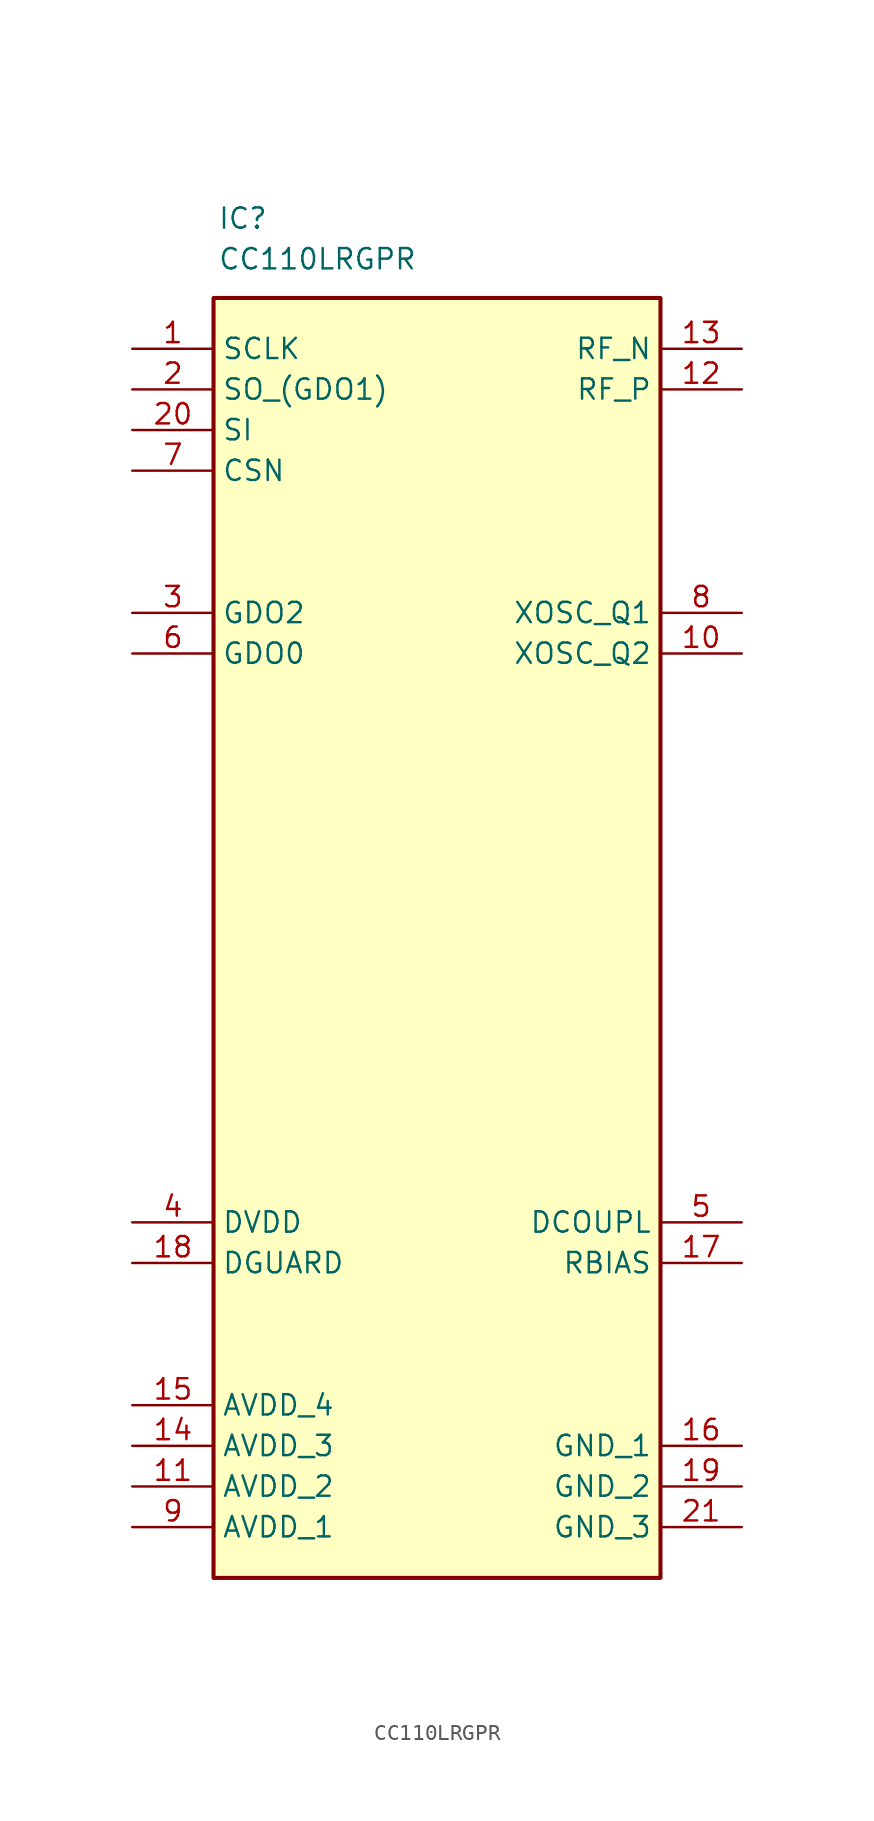
<source format=kicad_sym>
(kicad_symbol_lib
  (version 20241209)
  (generator "kicad_symbol_editor")
  (generator_version "9.0")
  (symbol "CC110LRGPR"
    (property "Reference" "IC"
      (at -13.716 22.86 0)
      (effects (font (size 1.27 1.27)) (justify left top)))
    (property "Value" "CC110LRGPR"
      (at -13.716 20.32 0)
      (effects (font (size 1.27 1.27)) (justify left top)))
    (symbol "CC110LRGPR_1_1"
      (rectangle (start -13.97 17.145) (end 13.97 -62.865) (stroke (width 0.254) (type default)) (fill (type background)))
      (pin passive line (at -19.05 13.97 0) (length 5.08) (name "SCLK" (effects (font (size 1.27 1.27)))) (number "1" (effects (font (size 1.27 1.27)))))
      (pin passive line (at -19.05 11.43 0) (length 5.08) (name "SO_(GDO1)" (effects (font (size 1.27 1.27)))) (number "2" (effects (font (size 1.27 1.27)))))
      (pin passive line (at -19.05 8.89 0) (length 5.08) (name "SI" (effects (font (size 1.27 1.27)))) (number "20" (effects (font (size 1.27 1.27)))))
      (pin passive line (at -19.05 6.35 0) (length 5.08) (name "CSN" (effects (font (size 1.27 1.27)))) (number "7" (effects (font (size 1.27 1.27)))))
      (pin passive line (at -19.05 -2.54 0) (length 5.08) (name "GDO2" (effects (font (size 1.27 1.27)))) (number "3" (effects (font (size 1.27 1.27)))))
      (pin passive line (at -19.05 -5.08 0) (length 5.08) (name "GDO0" (effects (font (size 1.27 1.27)))) (number "6" (effects (font (size 1.27 1.27)))))
      (pin passive line (at -19.05 -40.64 0) (length 5.08) (name "DVDD" (effects (font (size 1.27 1.27)))) (number "4" (effects (font (size 1.27 1.27)))))
      (pin passive line (at -19.05 -43.18 0) (length 5.08) (name "DGUARD" (effects (font (size 1.27 1.27)))) (number "18" (effects (font (size 1.27 1.27)))))
      (pin passive line (at -19.05 -52.07 0) (length 5.08) (name "AVDD_4" (effects (font (size 1.27 1.27)))) (number "15" (effects (font (size 1.27 1.27)))))
      (pin passive line (at -19.05 -54.61 0) (length 5.08) (name "AVDD_3" (effects (font (size 1.27 1.27)))) (number "14" (effects (font (size 1.27 1.27)))))
      (pin passive line (at -19.05 -57.15 0) (length 5.08) (name "AVDD_2" (effects (font (size 1.27 1.27)))) (number "11" (effects (font (size 1.27 1.27)))))
      (pin passive line (at -19.05 -59.69 0) (length 5.08) (name "AVDD_1" (effects (font (size 1.27 1.27)))) (number "9" (effects (font (size 1.27 1.27)))))
      (pin passive line (at 19.05 13.97 180) (length 5.08) (name "RF_N" (effects (font (size 1.27 1.27)))) (number "13" (effects (font (size 1.27 1.27)))))
      (pin passive line (at 19.05 11.43 180) (length 5.08) (name "RF_P" (effects (font (size 1.27 1.27)))) (number "12" (effects (font (size 1.27 1.27)))))
      (pin passive line (at 19.05 -2.54 180) (length 5.08) (name "XOSC_Q1" (effects (font (size 1.27 1.27)))) (number "8" (effects (font (size 1.27 1.27)))))
      (pin passive line (at 19.05 -5.08 180) (length 5.08) (name "XOSC_Q2" (effects (font (size 1.27 1.27)))) (number "10" (effects (font (size 1.27 1.27)))))
      (pin passive line (at 19.05 -40.64 180) (length 5.08) (name "DCOUPL" (effects (font (size 1.27 1.27)))) (number "5" (effects (font (size 1.27 1.27)))))
      (pin passive line (at 19.05 -43.18 180) (length 5.08) (name "RBIAS" (effects (font (size 1.27 1.27)))) (number "17" (effects (font (size 1.27 1.27)))))
      (pin passive line (at 19.05 -54.61 180) (length 5.08) (name "GND_1" (effects (font (size 1.27 1.27)))) (number "16" (effects (font (size 1.27 1.27)))))
      (pin passive line (at 19.05 -57.15 180) (length 5.08) (name "GND_2" (effects (font (size 1.27 1.27)))) (number "19" (effects (font (size 1.27 1.27)))))
      (pin passive line (at 19.05 -59.69 180) (length 5.08) (name "GND_3" (effects (font (size 1.27 1.27)))) (number "21" (effects (font (size 1.27 1.27))))))))
</source>
